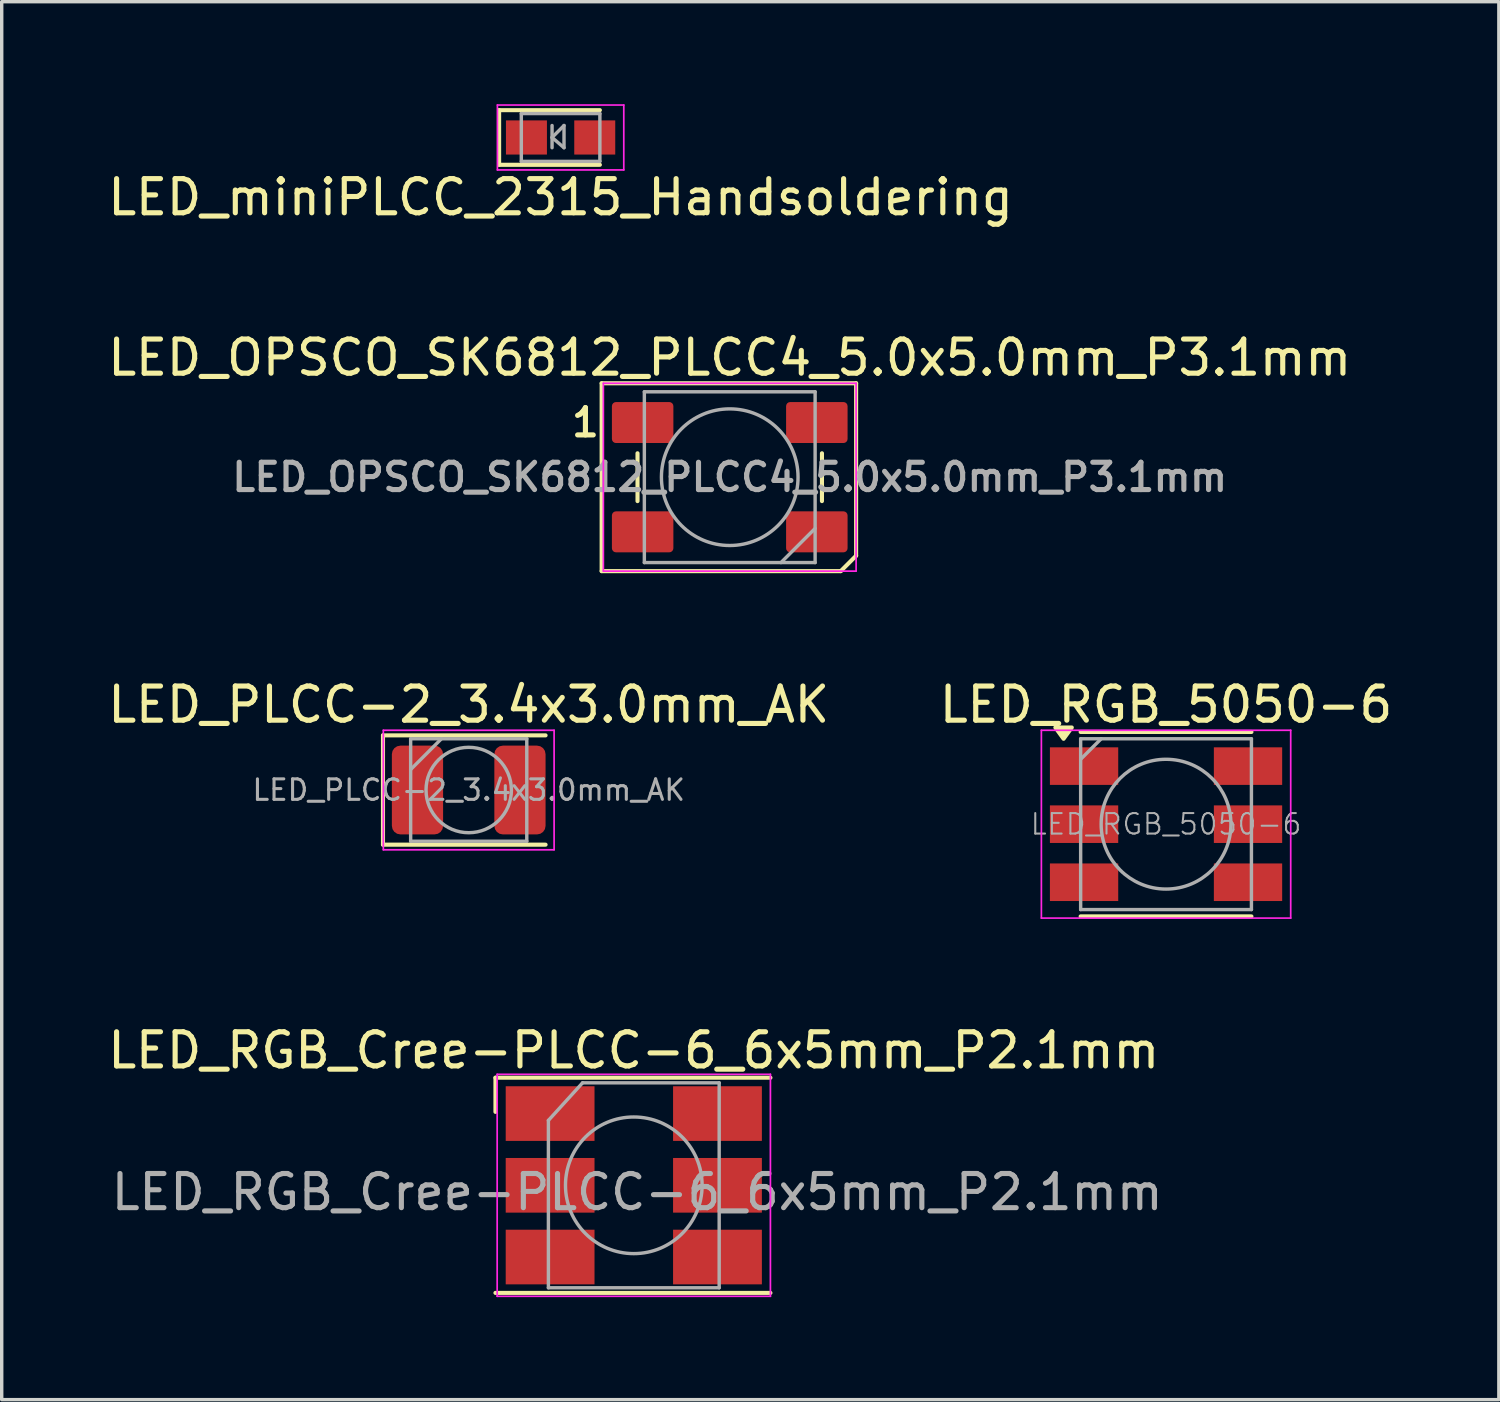
<source format=kicad_pcb>
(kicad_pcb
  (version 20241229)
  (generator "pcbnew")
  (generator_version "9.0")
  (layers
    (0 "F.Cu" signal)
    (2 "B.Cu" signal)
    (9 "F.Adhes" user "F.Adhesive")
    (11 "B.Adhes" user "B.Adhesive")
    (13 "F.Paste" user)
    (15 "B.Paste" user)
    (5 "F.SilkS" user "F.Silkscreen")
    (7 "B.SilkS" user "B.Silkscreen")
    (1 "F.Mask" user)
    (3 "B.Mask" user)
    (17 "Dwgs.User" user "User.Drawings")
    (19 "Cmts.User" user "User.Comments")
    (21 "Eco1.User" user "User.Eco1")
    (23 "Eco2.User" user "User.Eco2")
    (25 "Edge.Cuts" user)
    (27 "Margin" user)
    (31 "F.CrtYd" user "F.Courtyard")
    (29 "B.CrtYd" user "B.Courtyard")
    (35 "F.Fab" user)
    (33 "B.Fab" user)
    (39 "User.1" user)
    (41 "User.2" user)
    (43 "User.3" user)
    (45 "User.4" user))
  (footprint "LED_RGB_Cree-PLCC-6_6x5mm_P2.1mm"
    (layer "F.Cu")
    (at 15.506 31.653)
    (property "Reference" "LED_RGB_Cree-PLCC-6_6x5mm_P2.1mm" (at 0 -3.95 0) (layer "F.SilkS") (effects (font (size 1 1) (thickness 0.15))))
    (attr smd)
    (fp_line (start -4.05 -3.15) (end 4 -3.15) (stroke (width 0.12) (type solid)) (layer "F.SilkS"))
    (fp_line (start -4.05 -2.15) (end -4.05 -3.15) (stroke (width 0.12) (type solid)) (layer "F.SilkS"))
    (fp_line (start -4.05 3.15) (end 4 3.15) (stroke (width 0.12) (type solid)) (layer "F.SilkS"))
    (fp_line (start -4 -3.25) (end -4 3.25) (stroke (width 0.05) (type solid)) (layer "F.CrtYd"))
    (fp_line (start -4 3.25) (end 4 3.25) (stroke (width 0.05) (type solid)) (layer "F.CrtYd"))
    (fp_line (start 4 -3.25) (end -4 -3.25) (stroke (width 0.05) (type solid)) (layer "F.CrtYd"))
    (fp_line (start 4 3.25) (end 4 -3.25) (stroke (width 0.05) (type solid)) (layer "F.CrtYd"))
    (fp_line (start -2.5 -1.9) (end -1.5 -3) (stroke (width 0.1) (type solid)) (layer "F.Fab"))
    (fp_line (start -2.5 3) (end -2.5 -1.9) (stroke (width 0.1) (type solid)) (layer "F.Fab"))
    (fp_line (start -1.5 -3) (end 2.5 -3) (stroke (width 0.1) (type solid)) (layer "F.Fab"))
    (fp_line (start 2.5 -3) (end 2.5 3) (stroke (width 0.1) (type solid)) (layer "F.Fab"))
    (fp_line (start 2.5 3) (end -2.5 3) (stroke (width 0.1) (type solid)) (layer "F.Fab"))
    (fp_circle (center 0 0) (end 0 -2) (stroke (width 0.1) (type solid)) (fill no) (layer "F.Fab"))
    (fp_text user "${REFERENCE}" (at 0.1 0.2 0) (layer "F.Fab") (effects (font (size 1 1) (thickness 0.15))))
    (pad "1" smd rect (at -2.45 -2.1) (size 2.6 1.6) (layers "F.Cu" "F.Mask" "F.Paste"))
    (pad "2" smd rect (at -2.45 0) (size 2.6 1.6) (layers "F.Cu" "F.Mask" "F.Paste"))
    (pad "3" smd rect (at -2.45 2.1) (size 2.6 1.6) (layers "F.Cu" "F.Mask" "F.Paste"))
    (pad "4" smd rect (at 2.45 2.1) (size 2.6 1.6) (layers "F.Cu" "F.Mask" "F.Paste"))
    (pad "5" smd rect (at 2.45 0) (size 2.6 1.6) (layers "F.Cu" "F.Mask" "F.Paste"))
    (pad "6" smd rect (at 2.45 -2.1) (size 2.6 1.6) (layers "F.Cu" "F.Mask" "F.Paste")))
  (footprint "LED_PLCC-2_3.4x3.0mm_AK"
    (layer "F.Cu")
    (at 10.673 20.08)
    (property "Reference" "LED_PLCC-2_3.4x3.0mm_AK" (at 0 -2.5 0) (layer "F.SilkS") (effects (font (size 1 1) (thickness 0.15))))
    (attr smd)
    (fp_line (start -2.51 -1.6) (end -2.51 1.6) (stroke (width 0.12) (type solid)) (layer "F.SilkS"))
    (fp_line (start 2.25 -1.6) (end -2.51 -1.6) (stroke (width 0.12) (type solid)) (layer "F.SilkS"))
    (fp_line (start 2.25 1.6) (end -2.51 1.6) (stroke (width 0.12) (type solid)) (layer "F.SilkS"))
    (fp_line (start -2.5 -1.75) (end 2.5 -1.75) (stroke (width 0.05) (type solid)) (layer "F.CrtYd"))
    (fp_line (start -2.5 1.75) (end -2.5 -1.75) (stroke (width 0.05) (type solid)) (layer "F.CrtYd"))
    (fp_line (start 2.5 -1.75) (end 2.5 1.75) (stroke (width 0.05) (type solid)) (layer "F.CrtYd"))
    (fp_line (start 2.5 1.75) (end -2.5 1.75) (stroke (width 0.05) (type solid)) (layer "F.CrtYd"))
    (fp_line (start -1.7 -1.5) (end -1.7 1.5) (stroke (width 0.1) (type solid)) (layer "F.Fab"))
    (fp_line (start -1.7 -0.6) (end -0.8 -1.5) (stroke (width 0.1) (type solid)) (layer "F.Fab"))
    (fp_line (start -1.7 1.5) (end 1.7 1.5) (stroke (width 0.1) (type solid)) (layer "F.Fab"))
    (fp_line (start 1.7 -1.5) (end -1.7 -1.5) (stroke (width 0.1) (type solid)) (layer "F.Fab"))
    (fp_line (start 1.7 1.5) (end 1.7 -1.5) (stroke (width 0.1) (type solid)) (layer "F.Fab"))
    (fp_circle (center 0 0) (end 0 -1.25) (stroke (width 0.1) (type solid)) (fill no) (layer "F.Fab"))
    (fp_text user "${REFERENCE}" (at 0 0 0) (layer "F.Fab") (effects (font (size 0.6 0.6) (thickness 0.09))))
    (pad "1" smd roundrect (at 1.5 0) (size 1.5 2.6) (layers "F.Cu" "F.Mask" "F.Paste") (roundrect_rratio 0.167))
    (pad "2" smd roundrect (at -1.5 0) (size 1.5 2.6) (layers "F.Cu" "F.Mask" "F.Paste") (roundrect_rratio 0.167)))
  (footprint "LED_RGB_5050-6"
    (layer "F.Cu")
    (at 31.089 21.08)
    (property "Reference" "LED_RGB_5050-6" (at 0 -3.5 180) (layer "F.SilkS") (effects (font (size 1 1) (thickness 0.15))))
    (attr smd)
    (fp_line (start -2.5 -2.7) (end 2.5 -2.7) (stroke (width 0.12) (type solid)) (layer "F.SilkS"))
    (fp_line (start 2.5 2.7) (end -2.5 2.7) (stroke (width 0.12) (type solid)) (layer "F.SilkS"))
    (fp_poly (pts (xy -3 -2.5) (xy -3.24 -2.83) (xy -2.76 -2.83) (xy -3 -2.5)) (stroke (width 0.12) (type solid)) (fill yes) (layer "F.SilkS"))
    (fp_line (start -3.65 -2.75) (end -3.65 2.75) (stroke (width 0.05) (type solid)) (layer "F.CrtYd"))
    (fp_line (start -3.65 2.75) (end 3.65 2.75) (stroke (width 0.05) (type solid)) (layer "F.CrtYd"))
    (fp_line (start 3.65 -2.75) (end -3.65 -2.75) (stroke (width 0.05) (type solid)) (layer "F.CrtYd"))
    (fp_line (start 3.65 2.75) (end 3.65 -2.75) (stroke (width 0.05) (type solid)) (layer "F.CrtYd"))
    (fp_line (start -2.5 -2.5) (end -2.5 2.5) (stroke (width 0.1) (type solid)) (layer "F.Fab"))
    (fp_line (start -2.5 -1.9) (end -1.9 -2.5) (stroke (width 0.1) (type solid)) (layer "F.Fab"))
    (fp_line (start -2.5 2.5) (end 2.5 2.5) (stroke (width 0.1) (type solid)) (layer "F.Fab"))
    (fp_line (start 2.5 -2.5) (end -2.5 -2.5) (stroke (width 0.1) (type solid)) (layer "F.Fab"))
    (fp_line (start 2.5 2.5) (end 2.5 -2.5) (stroke (width 0.1) (type solid)) (layer "F.Fab"))
    (fp_circle (center 0 0) (end 0 -1.9) (stroke (width 0.1) (type solid)) (fill no) (layer "F.Fab"))
    (fp_text user "${REFERENCE}" (at 0 0 0) (layer "F.Fab") (effects (font (size 0.6 0.6) (thickness 0.06))))
    (pad "1" smd rect (at -2.4 -1.7 90) (size 1.1 2) (layers "F.Cu" "F.Mask" "F.Paste"))
    (pad "2" smd rect (at -2.4 0 90) (size 1.1 2) (layers "F.Cu" "F.Mask" "F.Paste"))
    (pad "3" smd rect (at -2.4 1.7 90) (size 1.1 2) (layers "F.Cu" "F.Mask" "F.Paste"))
    (pad "4" smd rect (at 2.4 1.7 90) (size 1.1 2) (layers "F.Cu" "F.Mask" "F.Paste"))
    (pad "5" smd rect (at 2.4 0 90) (size 1.1 2) (layers "F.Cu" "F.Mask" "F.Paste"))
    (pad "6" smd rect (at 2.4 -1.7 90) (size 1.1 2) (layers "F.Cu" "F.Mask" "F.Paste")))
  (footprint "LED_OPSCO_SK6812_PLCC4_5.0x5.0mm_P3.1mm"
    (layer "F.Cu")
    (at 18.315 10.921)
    (property "Reference" "LED_OPSCO_SK6812_PLCC4_5.0x5.0mm_P3.1mm" (at 0 -3.5 0) (layer "F.SilkS") (effects (font (size 1 1) (thickness 0.15))))
    (attr smd)
    (fp_line (start -3.75 -2.75) (end -3.75 2.75) (stroke (width 0.12) (type default)) (layer "F.SilkS"))
    (fp_line (start -3.75 -2.75) (end 3.7 -2.75) (stroke (width 0.12) (type solid)) (layer "F.SilkS"))
    (fp_line (start -3.75 2.75) (end 3.25 2.75) (stroke (width 0.12) (type solid)) (layer "F.SilkS"))
    (fp_line (start -2.7 0.7) (end -2.7 -0.7) (stroke (width 0.12) (type default)) (layer "F.SilkS"))
    (fp_line (start 2.7 0.7) (end 2.7 -0.7) (stroke (width 0.12) (type default)) (layer "F.SilkS"))
    (fp_line (start 3.25 2.75) (end 3.7 2.3) (stroke (width 0.12) (type default)) (layer "F.SilkS"))
    (fp_line (start 3.7 2.3) (end 3.7 -2.75) (stroke (width 0.12) (type default)) (layer "F.SilkS"))
    (fp_line (start -3.7 -2.75) (end -3.7 2.75) (stroke (width 0.05) (type solid)) (layer "F.CrtYd"))
    (fp_line (start -3.7 2.75) (end 3.7 2.75) (stroke (width 0.05) (type solid)) (layer "F.CrtYd"))
    (fp_line (start 3.7 -2.75) (end -3.7 -2.75) (stroke (width 0.05) (type solid)) (layer "F.CrtYd"))
    (fp_line (start 3.7 2.75) (end 3.7 -2.75) (stroke (width 0.05) (type solid)) (layer "F.CrtYd"))
    (fp_line (start -2.5 -2.5) (end -2.5 2.5) (stroke (width 0.1) (type solid)) (layer "F.Fab"))
    (fp_line (start -2.5 2.5) (end 2.5 2.5) (stroke (width 0.1) (type solid)) (layer "F.Fab"))
    (fp_line (start 2.5 -2.5) (end -2.5 -2.5) (stroke (width 0.1) (type solid)) (layer "F.Fab"))
    (fp_line (start 2.5 1.5) (end 1.5 2.5) (stroke (width 0.1) (type solid)) (layer "F.Fab"))
    (fp_line (start 2.5 2.5) (end 2.5 -2.5) (stroke (width 0.1) (type solid)) (layer "F.Fab"))
    (fp_circle (center 0 0) (end 0 -2) (stroke (width 0.1) (type solid)) (fill no) (layer "F.Fab"))
    (fp_text user "1" (at -4.225 -1.6 0) (unlocked yes) (layer "F.SilkS") (effects (font (size 0.8 0.8) (thickness 0.15))))
    (fp_text user "${REFERENCE}" (at 0 0 0) (layer "F.Fab") (effects (font (size 0.8 0.8) (thickness 0.15))))
    (pad "1" smd roundrect (at -2.55 -1.6) (size 1.8 1.2) (layers "F.Cu" "F.Mask" "F.Paste") (roundrect_rratio 0.1))
    (pad "2" smd roundrect (at -2.55 1.6) (size 1.8 1.2) (layers "F.Cu" "F.Mask" "F.Paste") (roundrect_rratio 0.1))
    (pad "3" smd roundrect (at 2.55 1.6) (size 1.8 1.2) (layers "F.Cu" "F.Mask" "F.Paste") (roundrect_rratio 0.1))
    (pad "4" smd roundrect (at 2.55 -1.6) (size 1.8 1.2) (layers "F.Cu" "F.Mask" "F.Paste") (roundrect_rratio 0.1)))
  (footprint "LED_miniPLCC_2315_Handsoldering"
    (layer "F.Cu")
    (at 13.363 0.975)
    (property "Reference" "LED_miniPLCC_2315_Handsoldering" (at 0 1.75 0) (layer "F.SilkS") (effects (font (size 1 1) (thickness 0.15))))
    (attr smd)
    (fp_line (start -1.8 0.8) (end -1.8 -0.8) (stroke (width 0.12) (type solid)) (layer "F.SilkS"))
    (fp_line (start -1.8 0.8) (end 1.15 0.8) (stroke (width 0.12) (type solid)) (layer "F.SilkS"))
    (fp_line (start 1.15 -0.8) (end -1.8 -0.8) (stroke (width 0.12) (type solid)) (layer "F.SilkS"))
    (fp_line (start -1.85 -0.95) (end 1.85 -0.95) (stroke (width 0.05) (type solid)) (layer "F.CrtYd"))
    (fp_line (start -1.85 0.95) (end -1.85 -0.95) (stroke (width 0.05) (type solid)) (layer "F.CrtYd"))
    (fp_line (start 1.85 -0.95) (end 1.85 0.95) (stroke (width 0.05) (type solid)) (layer "F.CrtYd"))
    (fp_line (start 1.85 0.95) (end -1.85 0.95) (stroke (width 0.05) (type solid)) (layer "F.CrtYd"))
    (fp_line (start -1.15 -0.7) (end 1.15 -0.7) (stroke (width 0.1) (type solid)) (layer "F.Fab"))
    (fp_line (start -1.15 0.7) (end -1.15 -0.7) (stroke (width 0.1) (type solid)) (layer "F.Fab"))
    (fp_line (start -0.25 -0.35) (end -0.25 0.3) (stroke (width 0.1) (type solid)) (layer "F.Fab"))
    (fp_line (start -0.25 0) (end 0.1 0.3) (stroke (width 0.1) (type solid)) (layer "F.Fab"))
    (fp_line (start 0.1 -0.35) (end -0.25 0) (stroke (width 0.1) (type solid)) (layer "F.Fab"))
    (fp_line (start 0.1 0.3) (end 0.1 -0.35) (stroke (width 0.1) (type solid)) (layer "F.Fab"))
    (fp_line (start 1.15 -0.7) (end 1.15 0.7) (stroke (width 0.1) (type solid)) (layer "F.Fab"))
    (fp_line (start 1.15 0.7) (end -1.15 0.7) (stroke (width 0.1) (type solid)) (layer "F.Fab"))
    (pad "1" smd rect (at -1 0 180) (size 1.2 1) (layers "F.Cu" "F.Mask" "F.Paste"))
    (pad "2" smd rect (at 1 0 180) (size 1.2 1) (layers "F.Cu" "F.Mask" "F.Paste")))
  (gr_rect
    (start -3 -3)
    (end 40.833 37.928)
    (stroke (width 0.1) (type default))
    (fill no)
    (layer "Edge.Cuts")))
</source>
